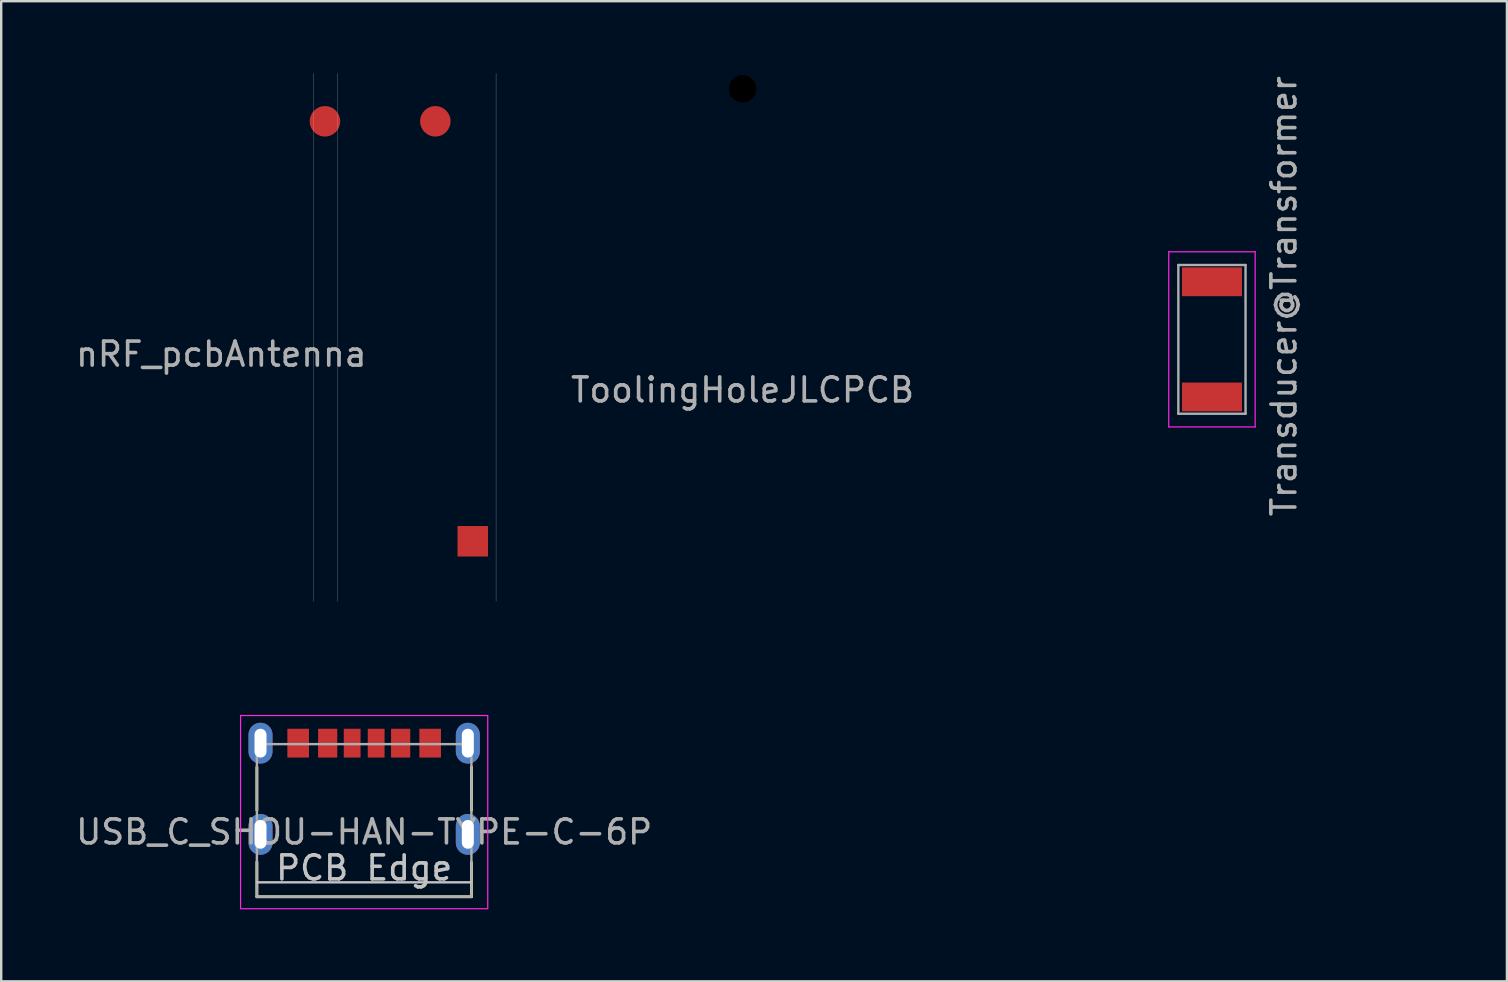
<source format=kicad_pcb>
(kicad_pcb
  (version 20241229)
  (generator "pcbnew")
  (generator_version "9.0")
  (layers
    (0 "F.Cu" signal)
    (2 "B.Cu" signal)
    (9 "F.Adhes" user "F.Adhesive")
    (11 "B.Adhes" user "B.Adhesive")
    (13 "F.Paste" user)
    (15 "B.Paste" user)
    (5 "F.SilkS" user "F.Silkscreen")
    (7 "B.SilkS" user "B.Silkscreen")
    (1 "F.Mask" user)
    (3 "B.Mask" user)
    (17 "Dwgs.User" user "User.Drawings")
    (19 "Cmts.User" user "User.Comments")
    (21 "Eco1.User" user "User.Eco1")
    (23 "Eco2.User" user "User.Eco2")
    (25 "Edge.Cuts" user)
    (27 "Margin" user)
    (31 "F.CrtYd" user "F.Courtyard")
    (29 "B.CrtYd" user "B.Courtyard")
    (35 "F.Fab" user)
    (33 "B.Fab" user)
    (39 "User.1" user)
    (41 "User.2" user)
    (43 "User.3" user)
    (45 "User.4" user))
  (footprint "ToolingHoleJLCPCB"
    (layer "F.Cu")
    (at 27.893 0.65)
    (property "Reference" "ToolingHoleJLCPCB" (at 0 9.55 0) (unlocked yes) (layer "User.1") (effects (font (size 1 1) (thickness 0.15))))
    (attr through_hole)
    (fp_text user "${REFERENCE}" (at 0 12.55 0) (unlocked yes) (layer "F.Fab") (effects (font (size 1 1) (thickness 0.15))))
    (pad "" np_thru_hole circle (at 0 0) (size 1.3 1.3) (drill 1.152) (layers "*.Mask")))
  (footprint "USB_C_SHOU-HAN-TYPE-C-6P"
    (layer "F.Cu")
    (at 12.125 27.918)
    (property "Reference" "USB_C_SHOU-HAN-TYPE-C-6P" (at 0 -2.06 0) (layer "User.1") (effects (font (size 1 1) (thickness 0.15))))
    (attr smd)
    (fp_line (start -4.47 1) (end -4.47 2.8) (stroke (width 0.12) (type solid)) (layer "F.SilkS"))
    (fp_line (start -4.47 6.4) (end -4.47 4.95) (stroke (width 0.12) (type solid)) (layer "F.SilkS"))
    (fp_line (start 4.47 1) (end 4.47 2.8) (stroke (width 0.12) (type solid)) (layer "F.SilkS"))
    (fp_line (start 4.47 6.4) (end -4.47 6.4) (stroke (width 0.12) (type solid)) (layer "F.SilkS"))
    (fp_line (start 4.47 6.4) (end 4.47 4.97) (stroke (width 0.12) (type solid)) (layer "F.SilkS"))
    (fp_line (start -4.47 5.8) (end 4.47 5.8) (stroke (width 0.1) (type solid)) (layer "Dwgs.User"))
    (fp_rect (start -5.15 -1.15) (end 5.15 6.9) (stroke (width 0.05) (type default)) (fill no) (layer "F.CrtYd"))
    (fp_line (start -4.47 0.04) (end -4.47 6.4) (stroke (width 0.1) (type solid)) (layer "F.Fab"))
    (fp_line (start -4.47 0.04) (end 4.47 0.04) (stroke (width 0.1) (type solid)) (layer "F.Fab"))
    (fp_line (start 4.47 0.04) (end 4.47 6.4) (stroke (width 0.1) (type solid)) (layer "F.Fab"))
    (fp_line (start 4.47 6.4) (end -4.47 6.4) (stroke (width 0.1) (type solid)) (layer "F.Fab"))
    (fp_text user "PCB Edge" (at 0 5.2 0) (layer "Dwgs.User") (effects (font (size 1 1) (thickness 0.15))))
    (fp_text user "${REFERENCE}" (at 0 3.7 0) (layer "F.Fab") (effects (font (size 1 1) (thickness 0.15))))
    (pad "A5" smd rect (at -0.5 0 180) (size 0.7 1.2) (layers "F.Cu" "F.Mask" "F.Paste"))
    (pad "A9" smd rect (at -1.52 0) (size 0.8 1.2) (layers "F.Cu" "F.Mask" "F.Paste"))
    (pad "A9" smd rect (at 1.52 0) (size 0.8 1.2) (layers "F.Cu" "F.Mask" "F.Paste"))
    (pad "A12" smd rect (at -2.75 0) (size 0.9 1.2) (layers "F.Cu" "F.Mask" "F.Paste"))
    (pad "A12" smd rect (at 2.75 0) (size 0.9 1.2) (layers "F.Cu" "F.Mask" "F.Paste"))
    (pad "B5" smd rect (at 0.5 0 180) (size 0.7 1.2) (layers "F.Cu" "F.Mask" "F.Paste"))
    (pad "S1" thru_hole oval (at -4.32 0 90) (size 1.7 1) (drill oval 1.2 0.5) (layers "*.Cu" "*.Mask"))
    (pad "S1" thru_hole oval (at -4.32 3.8 90) (size 1.7 1) (drill oval 1.2 0.5) (layers "*.Cu" "*.Mask"))
    (pad "S1" thru_hole oval (at 4.32 0 90) (size 1.7 1) (drill oval 1.2 0.5) (layers "*.Cu" "*.Mask"))
    (pad "S1" thru_hole oval (at 4.32 3.8 90) (size 1.7 1) (drill oval 1.2 0.5) (layers "*.Cu" "*.Mask")))
  (footprint "Transducer@Transformer"
    (layer "F.Cu")
    (at 47.453 8.692)
    (property "Reference" "Transducer@Transformer" (at 0 -2.75 0) (layer "User.1") (effects (font (size 1 1) (thickness 0.15))))
    (attr through_hole)
    (fp_line (start -1.8 -1.25) (end -1.8 6.05) (stroke (width 0.05) (type solid)) (layer "F.CrtYd"))
    (fp_line (start -1.8 6.05) (end 1.8 6.05) (stroke (width 0.05) (type solid)) (layer "F.CrtYd"))
    (fp_line (start 1.8 -1.25) (end -1.8 -1.25) (stroke (width 0.05) (type solid)) (layer "F.CrtYd"))
    (fp_line (start 1.8 6.05) (end 1.8 -1.25) (stroke (width 0.05) (type solid)) (layer "F.CrtYd"))
    (fp_line (start -1.4 -0.7) (end 1.4 -0.7) (stroke (width 0.1) (type solid)) (layer "F.Fab"))
    (fp_line (start -1.4 5.5) (end -1.4 -0.7) (stroke (width 0.1) (type solid)) (layer "F.Fab"))
    (fp_line (start 1.4 -0.7) (end 1.4 5.5) (stroke (width 0.1) (type solid)) (layer "F.Fab"))
    (fp_line (start 1.4 5.5) (end -1.4 5.5) (stroke (width 0.1) (type solid)) (layer "F.Fab"))
    (fp_text user "${REFERENCE}" (at 3 0.6 270) (layer "F.Fab") (effects (font (size 1 1) (thickness 0.15))))
    (pad "1" smd rect (at 0 0) (size 2.5 1.2) (layers "F.Cu" "F.Mask" "F.Paste"))
    (pad "2" smd rect (at 0 4.8) (size 2.5 1.2) (layers "F.Cu" "F.Mask" "F.Paste")))
  (footprint "nRF_pcbAntenna"
    (layer "F.Cu")
    (at 10.491 2.005)
    (property "Reference" "nRF_pcbAntenna" (at -4.318 6.704 0) (unlocked yes) (layer "User.1") (effects (font (size 1 1) (thickness 0.15))))
    (attr smd)
    (fp_line (start -0.47 20) (end -0.47 -2) (stroke (width 0.01) (type solid)) (layer "Dwgs.User"))
    (fp_line (start 0.53 20) (end 0.53 -2) (stroke (width 0.01) (type solid)) (layer "Dwgs.User"))
    (fp_line (start 7.13 20) (end 7.13 -2) (stroke (width 0.01) (type solid)) (layer "Dwgs.User"))
    (fp_line (start -0.47 20) (end 0.53 20) (stroke (width 0.01) (type default)) (layer "User.1"))
    (fp_line (start 0.53 -2) (end -0.47 -2) (stroke (width 0.01) (type default)) (layer "User.1"))
    (fp_text user "${REFERENCE}" (at -4.318 9.704 0) (unlocked yes) (layer "F.Fab") (effects (font (size 1 1) (thickness 0.15))))
    (pad "1" smd circle (at 0 0) (size 1.27 1.27) (layers "F.Cu"))
    (pad "1" smd circle (at 4.6 0) (size 1.27 1.27) (layers "F.Cu"))
    (pad "1" smd rect (at 6.16 17.5) (size 1.27 1.27) (layers "F.Cu")))
  (gr_rect
    (start -3 -3)
    (end 59.745 37.843)
    (stroke (width 0.1) (type default))
    (fill no)
    (layer "Edge.Cuts")))
</source>
